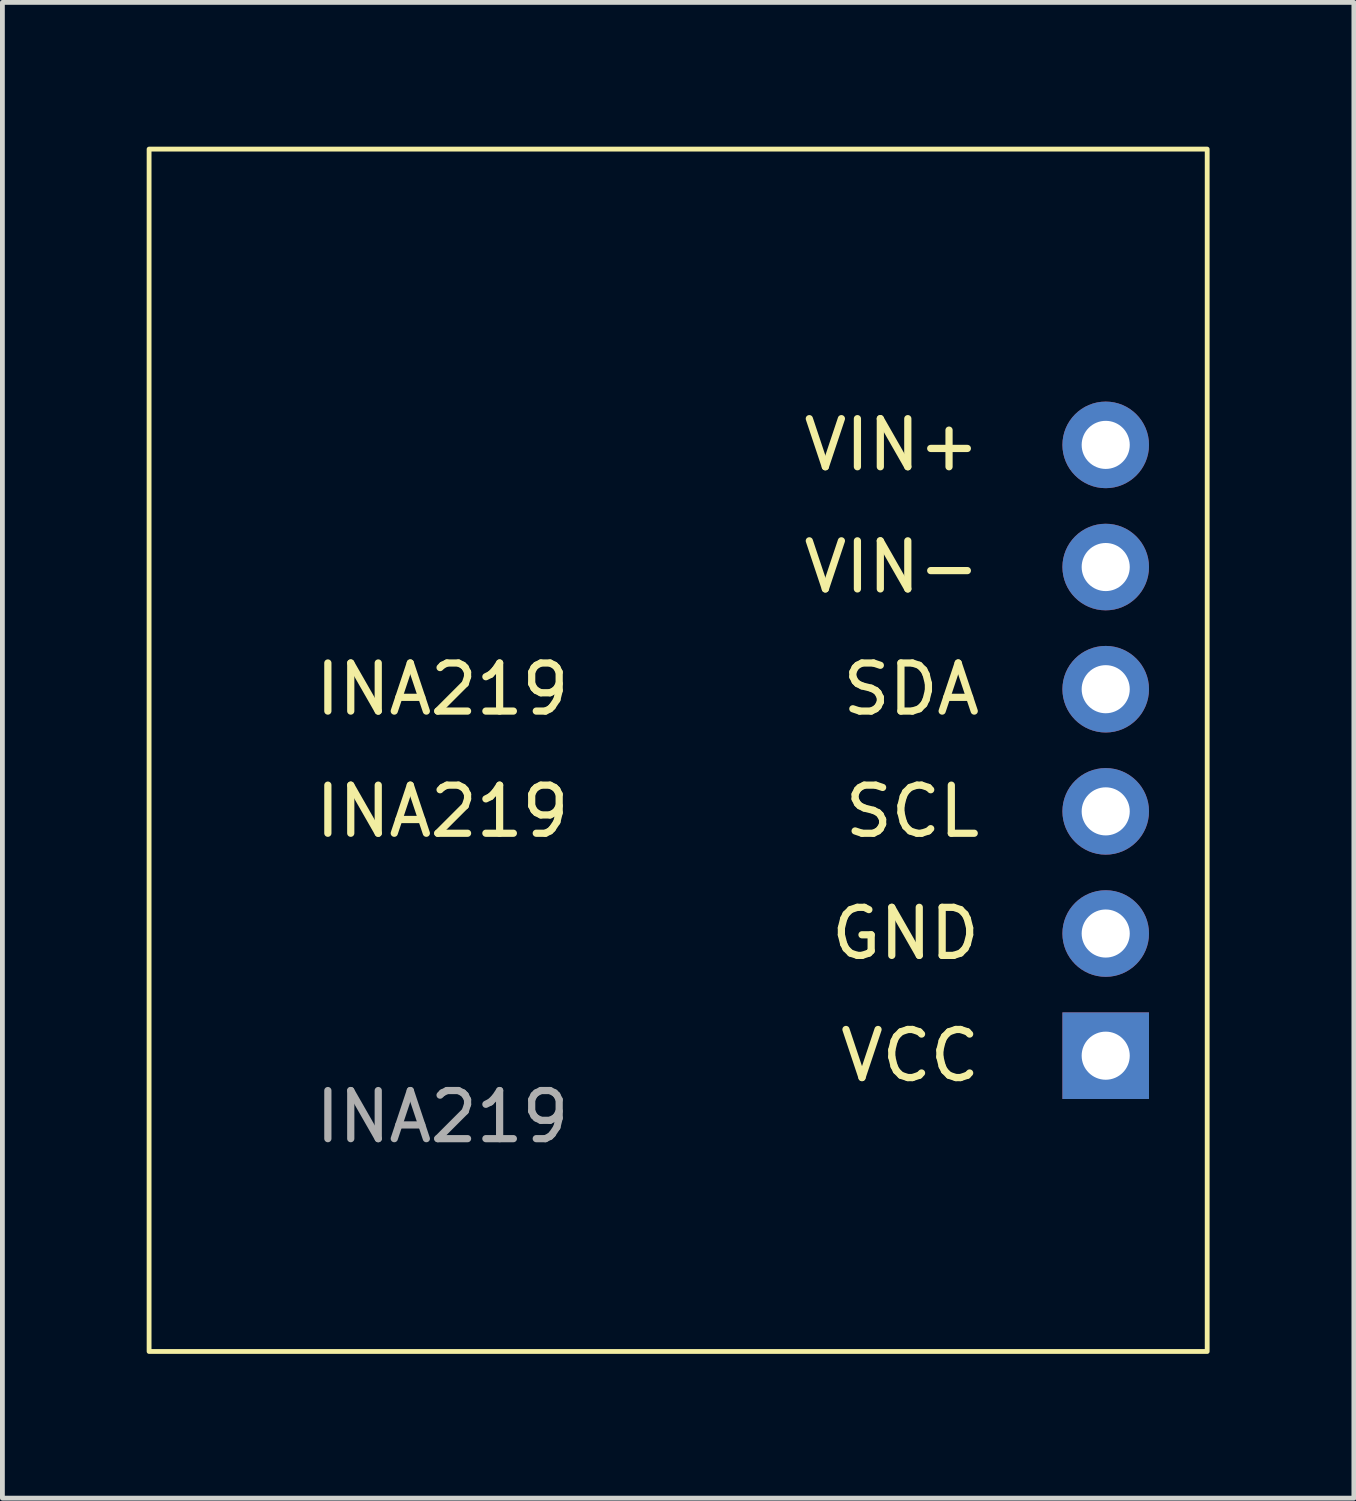
<source format=kicad_pcb>
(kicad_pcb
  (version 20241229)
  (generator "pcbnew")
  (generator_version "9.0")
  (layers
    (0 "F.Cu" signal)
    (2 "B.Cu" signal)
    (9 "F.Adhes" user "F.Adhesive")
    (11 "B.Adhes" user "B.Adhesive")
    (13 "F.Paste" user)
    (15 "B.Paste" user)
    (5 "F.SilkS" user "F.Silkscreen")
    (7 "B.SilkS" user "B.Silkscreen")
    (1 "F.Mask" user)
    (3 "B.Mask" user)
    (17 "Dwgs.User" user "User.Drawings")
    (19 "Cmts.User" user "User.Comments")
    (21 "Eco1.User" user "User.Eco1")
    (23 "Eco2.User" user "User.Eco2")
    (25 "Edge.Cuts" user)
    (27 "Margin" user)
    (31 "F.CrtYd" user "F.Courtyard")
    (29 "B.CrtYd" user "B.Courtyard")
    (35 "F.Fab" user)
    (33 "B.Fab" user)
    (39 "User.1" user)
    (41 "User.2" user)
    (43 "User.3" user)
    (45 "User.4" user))
  (footprint "INA219"
    (layer "F.Cu")
    (at 11.05 12.55)
    (property "Reference" "INA219" (at -7.62 -1.27 0) (unlocked yes) (layer "F.SilkS") (effects (font (size 1 1) (thickness 0.15)) (justify left)))
    (attr smd)
    (fp_rect (start -11 -12.5) (end 11 12.5) (stroke (width 0.1) (type default)) (fill no) (layer "F.SilkS"))
    (fp_text user "GND" (at 6.35 3.81 0) (unlocked yes) (layer "F.SilkS") (effects (font (size 1 1) (thickness 0.15)) (justify right)))
    (fp_text user "INA219" (at -7.62 1.27 0) (unlocked yes) (layer "F.SilkS") (effects (font (size 1 1) (thickness 0.15)) (justify left)))
    (fp_text user "VIN-" (at 6.35 -3.81 0) (unlocked yes) (layer "F.SilkS") (effects (font (size 1 1) (thickness 0.15)) (justify right)))
    (fp_text user "VIN+" (at 6.35 -6.35 0) (unlocked yes) (layer "F.SilkS") (effects (font (size 1 1) (thickness 0.15)) (justify right)))
    (fp_text user "VCC" (at 6.35 6.35 0) (unlocked yes) (layer "F.SilkS") (effects (font (size 1 1) (thickness 0.15)) (justify right)))
    (fp_text user "SDA" (at 6.35 -1.27 0) (unlocked yes) (layer "F.SilkS") (effects (font (size 1 1) (thickness 0.15)) (justify right)))
    (fp_text user "SCL" (at 6.35 1.27 0) (unlocked yes) (layer "F.SilkS") (effects (font (size 1 1) (thickness 0.15)) (justify right)))
    (fp_text user "${REFERENCE}" (at -7.62 7.62 0) (unlocked yes) (layer "F.Fab") (effects (font (size 1 1) (thickness 0.15)) (justify left)))
    (pad "1" thru_hole rect (at 8.89 6.35 90) (size 1.8 1.8) (drill 1) (layers "*.Cu" "*.Mask"))
    (pad "2" thru_hole circle (at 8.89 3.81 90) (size 1.8 1.8) (drill 1) (layers "*.Cu" "*.Mask"))
    (pad "3" thru_hole circle (at 8.89 1.27 90) (size 1.8 1.8) (drill 1) (layers "*.Cu" "*.Mask"))
    (pad "4" thru_hole circle (at 8.89 -1.27 90) (size 1.8 1.8) (drill 1) (layers "*.Cu" "*.Mask"))
    (pad "5" thru_hole circle (at 8.89 -3.81 90) (size 1.8 1.8) (drill 1) (layers "*.Cu" "*.Mask"))
    (pad "6" thru_hole circle (at 8.89 -6.35 90) (size 1.8 1.8) (drill 1) (layers "*.Cu" "*.Mask")))
  (gr_rect
    (start -3 -3)
    (end 25.1 28.1)
    (stroke (width 0.1) (type default))
    (fill no)
    (layer "Edge.Cuts")))
</source>
